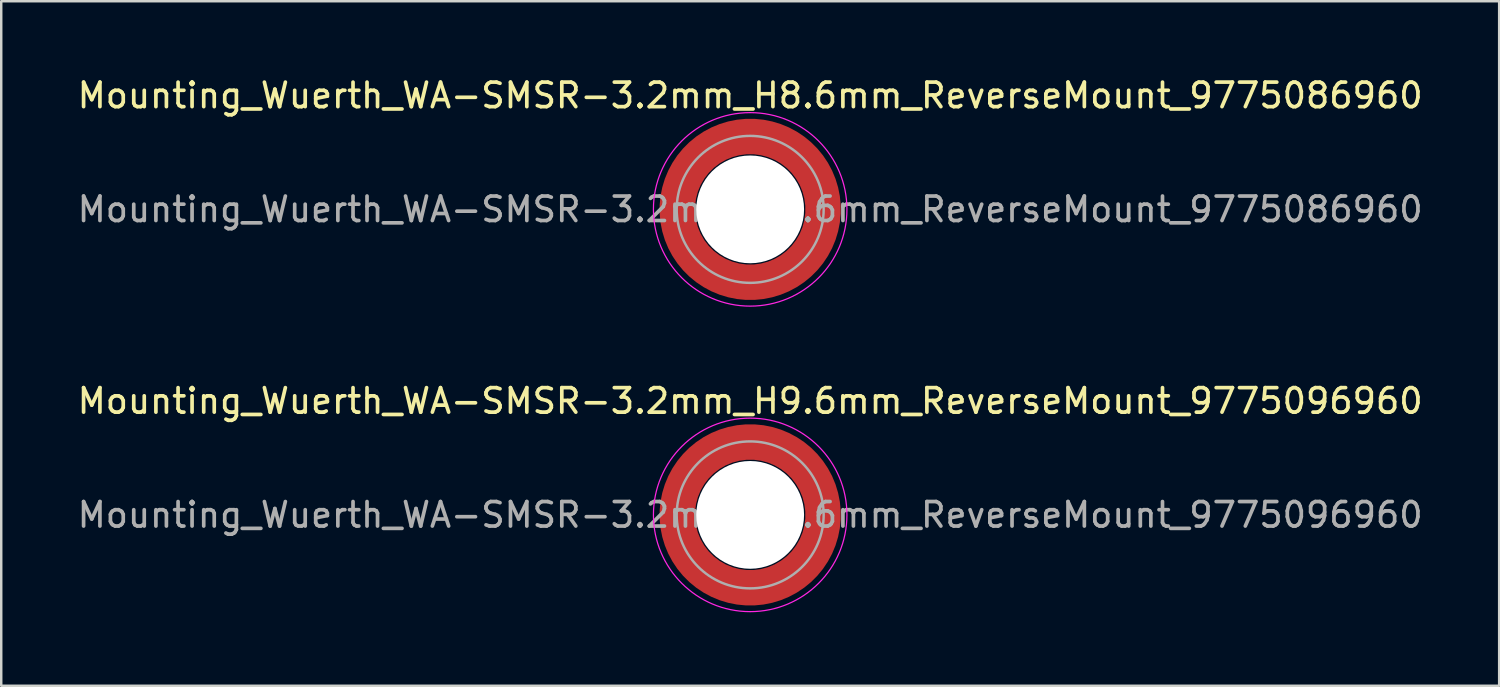
<source format=kicad_pcb>
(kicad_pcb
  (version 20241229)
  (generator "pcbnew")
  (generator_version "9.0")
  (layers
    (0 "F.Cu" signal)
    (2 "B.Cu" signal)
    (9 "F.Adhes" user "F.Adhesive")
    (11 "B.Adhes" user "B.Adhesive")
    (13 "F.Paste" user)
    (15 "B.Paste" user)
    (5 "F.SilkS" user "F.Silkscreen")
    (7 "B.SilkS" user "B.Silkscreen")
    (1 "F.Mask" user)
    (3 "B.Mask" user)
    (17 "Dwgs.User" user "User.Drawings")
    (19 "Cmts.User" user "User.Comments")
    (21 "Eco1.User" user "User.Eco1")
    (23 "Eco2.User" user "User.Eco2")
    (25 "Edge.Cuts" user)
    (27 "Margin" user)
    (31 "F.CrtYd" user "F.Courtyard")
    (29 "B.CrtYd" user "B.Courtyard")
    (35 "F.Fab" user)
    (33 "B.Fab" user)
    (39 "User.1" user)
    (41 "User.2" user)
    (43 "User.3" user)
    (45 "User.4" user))
  (footprint "Mounting_Wuerth_WA-SMSR-3.2mm_H9.6mm_ReverseMount_9775096960"
    (layer "F.Cu")
    (at 27.577 17.971)
    (property "Reference" "Mounting_Wuerth_WA-SMSR-3.2mm_H9.6mm_ReverseMount_9775096960" (at 0 -4.65 0) (layer "F.SilkS") (effects (font (size 1 1) (thickness 0.15))))
    (attr smd)
    (fp_circle (center 0 0) (end 3.95 0) (stroke (width 0.05) (type solid)) (fill no) (layer "F.CrtYd"))
    (fp_circle (center 0 0) (end 3 0) (stroke (width 0.1) (type solid)) (fill no) (layer "F.Fab"))
    (fp_text user "${REFERENCE}" (at 0 0 0) (layer "F.Fab") (effects (font (size 1 1) (thickness 0.15))))
    (pad "" smd custom (at -2.095 -2.095) (size 0.945 0.945) (layers "F.Paste") (options (anchor circle)) (primitives (gr_arc (start -0.24231 1.594804) (mid 0.404104 0.405534) (end 1.592827 -0.241886) (width 0.2)) (gr_arc (start -0.3398 1.594804) (mid 0.335987 0.338711) (end 1.591031 -0.339022) (width 0.2)) (gr_arc (start -0.437132 1.594804) (mid 0.268952 0.270807) (end 1.592231 -0.436623) (width 0.2)) (gr_arc (start -0.534324 1.594804) (mid 0.201345 0.203474) (end 1.591846 -0.53376) (width 0.2)) (gr_arc (start -0.631391 1.594804) (mid 0.134696 0.135183) (end 1.594126 -0.631267) (width 0.2)) (gr_arc (start -0.728345 1.594804) (mid 0.067234 0.067705) (end 1.594149 -0.728229) (width 0.2)) (gr_arc (start -0.825197 1.594804) (mid -0.001218 0.001219) (end 1.591408 -0.824614) (width 0.2)) (gr_arc (start -0.921958 1.594804) (mid -0.068952 -0.065985) (end 1.590665 -0.921269) (width 0.2)) (gr_arc (start -1.018637 1.594804) (mid -0.135972 -0.133907) (end 1.59192 -1.018172) (width 0.2)) (gr_arc (start -1.115239 1.594804) (mid -0.20428 -0.200537) (end 1.589574 -1.11442) (width 0.2)) (gr_arc (start -1.211773 1.594804) (mid -0.26993 -0.269828) (end 1.594662 -1.211751) (width 0.2)) (gr_arc (start -1.308244 1.594804) (mid -0.33911 -0.335587) (end 1.589875 -1.307516) (width 0.2)) (gr_arc (start -1.404657 1.594804) (mid -0.405633 -0.404004) (end 1.592524 -1.404331) (width 0.2)) (gr_arc (start -1.404657 1.594804) (mid -0.405633 -0.404004) (end 1.592524 -1.404331) (width 0.2)) (gr_line (start 1.595 -0.242) (end 1.595 -1.405) (width 0.2)) (gr_line (start -0.242 1.595) (end -1.405 1.595) (width 0.2))))
    (pad "" smd custom (at -2.095 2.095) (size 0.945 0.945) (layers "F.Paste") (options (anchor circle)) (primitives (gr_arc (start 1.594804 0.24231) (mid 0.405534 -0.404104) (end -0.241886 -1.592827) (width 0.2)) (gr_arc (start 1.594804 0.3398) (mid 0.338711 -0.335987) (end -0.339022 -1.591031) (width 0.2)) (gr_arc (start 1.594804 0.437132) (mid 0.270807 -0.268952) (end -0.436623 -1.592231) (width 0.2)) (gr_arc (start 1.594804 0.534324) (mid 0.203474 -0.201345) (end -0.53376 -1.591846) (width 0.2)) (gr_arc (start 1.594804 0.631391) (mid 0.135183 -0.134696) (end -0.631267 -1.594126) (width 0.2)) (gr_arc (start 1.594804 0.728345) (mid 0.067705 -0.067234) (end -0.728229 -1.594149) (width 0.2)) (gr_arc (start 1.594804 0.825197) (mid 0.001219 0.001218) (end -0.824614 -1.591408) (width 0.2)) (gr_arc (start 1.594804 0.921958) (mid -0.065985 0.068952) (end -0.921269 -1.590665) (width 0.2)) (gr_arc (start 1.594804 1.018637) (mid -0.133907 0.135972) (end -1.018172 -1.59192) (width 0.2)) (gr_arc (start 1.594804 1.115239) (mid -0.200537 0.20428) (end -1.11442 -1.589574) (width 0.2)) (gr_arc (start 1.594804 1.211773) (mid -0.269828 0.26993) (end -1.211751 -1.594662) (width 0.2)) (gr_arc (start 1.594804 1.308244) (mid -0.335587 0.33911) (end -1.307516 -1.589875) (width 0.2)) (gr_arc (start 1.594804 1.404657) (mid -0.404004 0.405633) (end -1.404331 -1.592524) (width 0.2)) (gr_arc (start 1.594804 1.404657) (mid -0.404004 0.405633) (end -1.404331 -1.592524) (width 0.2)) (gr_line (start -0.242 -1.595) (end -1.405 -1.595) (width 0.2)) (gr_line (start 1.595 0.242) (end 1.595 1.405) (width 0.2))))
    (pad "" np_thru_hole circle (at 0 0) (size 4.4 4.4) (drill 4.4) (layers "*.Cu" "*.Mask"))
    (pad "" smd custom (at 2.095 -2.095) (size 0.945 0.945) (layers "F.Paste") (options (anchor circle)) (primitives (gr_arc (start -1.594804 -0.24231) (mid -0.405534 0.404104) (end 0.241886 1.592827) (width 0.2)) (gr_arc (start -1.594804 -0.3398) (mid -0.338711 0.335987) (end 0.339022 1.591031) (width 0.2)) (gr_arc (start -1.594804 -0.437132) (mid -0.270807 0.268952) (end 0.436623 1.592231) (width 0.2)) (gr_arc (start -1.594804 -0.534324) (mid -0.203474 0.201345) (end 0.53376 1.591846) (width 0.2)) (gr_arc (start -1.594804 -0.631391) (mid -0.135183 0.134696) (end 0.631267 1.594126) (width 0.2)) (gr_arc (start -1.594804 -0.728345) (mid -0.067705 0.067234) (end 0.728229 1.594149) (width 0.2)) (gr_arc (start -1.594804 -0.825197) (mid -0.001219 -0.001218) (end 0.824614 1.591408) (width 0.2)) (gr_arc (start -1.594804 -0.921958) (mid 0.065985 -0.068952) (end 0.921269 1.590665) (width 0.2)) (gr_arc (start -1.594804 -1.018637) (mid 0.133907 -0.135972) (end 1.018172 1.59192) (width 0.2)) (gr_arc (start -1.594804 -1.115239) (mid 0.200537 -0.20428) (end 1.11442 1.589574) (width 0.2)) (gr_arc (start -1.594804 -1.211773) (mid 0.269828 -0.26993) (end 1.211751 1.594662) (width 0.2)) (gr_arc (start -1.594804 -1.308244) (mid 0.335587 -0.33911) (end 1.307516 1.589875) (width 0.2)) (gr_arc (start -1.594804 -1.404657) (mid 0.404004 -0.405633) (end 1.404331 1.592524) (width 0.2)) (gr_arc (start -1.594804 -1.404657) (mid 0.404004 -0.405633) (end 1.404331 1.592524) (width 0.2)) (gr_line (start 0.242 1.595) (end 1.405 1.595) (width 0.2)) (gr_line (start -1.595 -0.242) (end -1.595 -1.405) (width 0.2))))
    (pad "" smd custom (at 2.095 2.095) (size 0.945 0.945) (layers "F.Paste") (options (anchor circle)) (primitives (gr_arc (start 0.24231 -1.594804) (mid -0.404104 -0.405534) (end -1.592827 0.241886) (width 0.2)) (gr_arc (start 0.3398 -1.594804) (mid -0.335987 -0.338711) (end -1.591031 0.339022) (width 0.2)) (gr_arc (start 0.437132 -1.594804) (mid -0.268952 -0.270807) (end -1.592231 0.436623) (width 0.2)) (gr_arc (start 0.534324 -1.594804) (mid -0.201345 -0.203474) (end -1.591846 0.53376) (width 0.2)) (gr_arc (start 0.631391 -1.594804) (mid -0.134696 -0.135183) (end -1.594126 0.631267) (width 0.2)) (gr_arc (start 0.728345 -1.594804) (mid -0.067234 -0.067705) (end -1.594149 0.728229) (width 0.2)) (gr_arc (start 0.825197 -1.594804) (mid 0.001218 -0.001219) (end -1.591408 0.824614) (width 0.2)) (gr_arc (start 0.921958 -1.594804) (mid 0.068952 0.065985) (end -1.590665 0.921269) (width 0.2)) (gr_arc (start 1.018637 -1.594804) (mid 0.135972 0.133907) (end -1.59192 1.018172) (width 0.2)) (gr_arc (start 1.115239 -1.594804) (mid 0.20428 0.200537) (end -1.589574 1.11442) (width 0.2)) (gr_arc (start 1.211773 -1.594804) (mid 0.26993 0.269828) (end -1.594662 1.211751) (width 0.2)) (gr_arc (start 1.308244 -1.594804) (mid 0.33911 0.335587) (end -1.589875 1.307516) (width 0.2)) (gr_arc (start 1.404657 -1.594804) (mid 0.405633 0.404004) (end -1.592524 1.404331) (width 0.2)) (gr_arc (start 1.404657 -1.594804) (mid 0.405633 0.404004) (end -1.592524 1.404331) (width 0.2)) (gr_line (start -1.595 0.242) (end -1.595 1.405) (width 0.2)) (gr_line (start 0.242 -1.595) (end 1.405 -1.595) (width 0.2))))
    (pad "1" smd circle (at -2.975 0) (size 1.05 1.05) (layers "F.Cu"))
    (pad "1" smd circle (at 0 -2.975) (size 1.05 1.05) (layers "F.Cu"))
    (pad "1" smd circle (at 0 2.975) (size 1.05 1.05) (layers "F.Cu"))
    (pad "1" smd custom (at 2.975 0) (size 1.05 1.05) (layers "F.Cu" "F.Mask") (options (anchor circle)) (primitives (gr_circle (center -2.975 0) (end 0 0) (width 1.45) (fill no)))))
  (footprint "Mounting_Wuerth_WA-SMSR-3.2mm_H8.6mm_ReverseMount_9775086960"
    (layer "F.Cu")
    (at 27.577 5.498)
    (property "Reference" "Mounting_Wuerth_WA-SMSR-3.2mm_H8.6mm_ReverseMount_9775086960" (at 0 -4.65 0) (layer "F.SilkS") (effects (font (size 1 1) (thickness 0.15))))
    (attr smd)
    (fp_circle (center 0 0) (end 3.95 0) (stroke (width 0.05) (type solid)) (fill no) (layer "F.CrtYd"))
    (fp_circle (center 0 0) (end 3 0) (stroke (width 0.1) (type solid)) (fill no) (layer "F.Fab"))
    (fp_text user "${REFERENCE}" (at 0 0 0) (layer "F.Fab") (effects (font (size 1 1) (thickness 0.15))))
    (pad "" smd custom (at -2.095 -2.095) (size 0.945 0.945) (layers "F.Paste") (options (anchor circle)) (primitives (gr_arc (start -0.24231 1.594804) (mid 0.404104 0.405534) (end 1.592827 -0.241886) (width 0.2)) (gr_arc (start -0.3398 1.594804) (mid 0.335987 0.338711) (end 1.591031 -0.339022) (width 0.2)) (gr_arc (start -0.437132 1.594804) (mid 0.268952 0.270807) (end 1.592231 -0.436623) (width 0.2)) (gr_arc (start -0.534324 1.594804) (mid 0.201345 0.203474) (end 1.591846 -0.53376) (width 0.2)) (gr_arc (start -0.631391 1.594804) (mid 0.134696 0.135183) (end 1.594126 -0.631267) (width 0.2)) (gr_arc (start -0.728345 1.594804) (mid 0.067234 0.067705) (end 1.594149 -0.728229) (width 0.2)) (gr_arc (start -0.825197 1.594804) (mid -0.001218 0.001219) (end 1.591408 -0.824614) (width 0.2)) (gr_arc (start -0.921958 1.594804) (mid -0.068952 -0.065985) (end 1.590665 -0.921269) (width 0.2)) (gr_arc (start -1.018637 1.594804) (mid -0.135972 -0.133907) (end 1.59192 -1.018172) (width 0.2)) (gr_arc (start -1.115239 1.594804) (mid -0.20428 -0.200537) (end 1.589574 -1.11442) (width 0.2)) (gr_arc (start -1.211773 1.594804) (mid -0.26993 -0.269828) (end 1.594662 -1.211751) (width 0.2)) (gr_arc (start -1.308244 1.594804) (mid -0.33911 -0.335587) (end 1.589875 -1.307516) (width 0.2)) (gr_arc (start -1.404657 1.594804) (mid -0.405633 -0.404004) (end 1.592524 -1.404331) (width 0.2)) (gr_arc (start -1.404657 1.594804) (mid -0.405633 -0.404004) (end 1.592524 -1.404331) (width 0.2)) (gr_line (start 1.595 -0.242) (end 1.595 -1.405) (width 0.2)) (gr_line (start -0.242 1.595) (end -1.405 1.595) (width 0.2))))
    (pad "" smd custom (at -2.095 2.095) (size 0.945 0.945) (layers "F.Paste") (options (anchor circle)) (primitives (gr_arc (start 1.594804 0.24231) (mid 0.405534 -0.404104) (end -0.241886 -1.592827) (width 0.2)) (gr_arc (start 1.594804 0.3398) (mid 0.338711 -0.335987) (end -0.339022 -1.591031) (width 0.2)) (gr_arc (start 1.594804 0.437132) (mid 0.270807 -0.268952) (end -0.436623 -1.592231) (width 0.2)) (gr_arc (start 1.594804 0.534324) (mid 0.203474 -0.201345) (end -0.53376 -1.591846) (width 0.2)) (gr_arc (start 1.594804 0.631391) (mid 0.135183 -0.134696) (end -0.631267 -1.594126) (width 0.2)) (gr_arc (start 1.594804 0.728345) (mid 0.067705 -0.067234) (end -0.728229 -1.594149) (width 0.2)) (gr_arc (start 1.594804 0.825197) (mid 0.001219 0.001218) (end -0.824614 -1.591408) (width 0.2)) (gr_arc (start 1.594804 0.921958) (mid -0.065985 0.068952) (end -0.921269 -1.590665) (width 0.2)) (gr_arc (start 1.594804 1.018637) (mid -0.133907 0.135972) (end -1.018172 -1.59192) (width 0.2)) (gr_arc (start 1.594804 1.115239) (mid -0.200537 0.20428) (end -1.11442 -1.589574) (width 0.2)) (gr_arc (start 1.594804 1.211773) (mid -0.269828 0.26993) (end -1.211751 -1.594662) (width 0.2)) (gr_arc (start 1.594804 1.308244) (mid -0.335587 0.33911) (end -1.307516 -1.589875) (width 0.2)) (gr_arc (start 1.594804 1.404657) (mid -0.404004 0.405633) (end -1.404331 -1.592524) (width 0.2)) (gr_arc (start 1.594804 1.404657) (mid -0.404004 0.405633) (end -1.404331 -1.592524) (width 0.2)) (gr_line (start -0.242 -1.595) (end -1.405 -1.595) (width 0.2)) (gr_line (start 1.595 0.242) (end 1.595 1.405) (width 0.2))))
    (pad "" np_thru_hole circle (at 0 0) (size 4.4 4.4) (drill 4.4) (layers "*.Cu" "*.Mask"))
    (pad "" smd custom (at 2.095 -2.095) (size 0.945 0.945) (layers "F.Paste") (options (anchor circle)) (primitives (gr_arc (start -1.594804 -0.24231) (mid -0.405534 0.404104) (end 0.241886 1.592827) (width 0.2)) (gr_arc (start -1.594804 -0.3398) (mid -0.338711 0.335987) (end 0.339022 1.591031) (width 0.2)) (gr_arc (start -1.594804 -0.437132) (mid -0.270807 0.268952) (end 0.436623 1.592231) (width 0.2)) (gr_arc (start -1.594804 -0.534324) (mid -0.203474 0.201345) (end 0.53376 1.591846) (width 0.2)) (gr_arc (start -1.594804 -0.631391) (mid -0.135183 0.134696) (end 0.631267 1.594126) (width 0.2)) (gr_arc (start -1.594804 -0.728345) (mid -0.067705 0.067234) (end 0.728229 1.594149) (width 0.2)) (gr_arc (start -1.594804 -0.825197) (mid -0.001219 -0.001218) (end 0.824614 1.591408) (width 0.2)) (gr_arc (start -1.594804 -0.921958) (mid 0.065985 -0.068952) (end 0.921269 1.590665) (width 0.2)) (gr_arc (start -1.594804 -1.018637) (mid 0.133907 -0.135972) (end 1.018172 1.59192) (width 0.2)) (gr_arc (start -1.594804 -1.115239) (mid 0.200537 -0.20428) (end 1.11442 1.589574) (width 0.2)) (gr_arc (start -1.594804 -1.211773) (mid 0.269828 -0.26993) (end 1.211751 1.594662) (width 0.2)) (gr_arc (start -1.594804 -1.308244) (mid 0.335587 -0.33911) (end 1.307516 1.589875) (width 0.2)) (gr_arc (start -1.594804 -1.404657) (mid 0.404004 -0.405633) (end 1.404331 1.592524) (width 0.2)) (gr_arc (start -1.594804 -1.404657) (mid 0.404004 -0.405633) (end 1.404331 1.592524) (width 0.2)) (gr_line (start 0.242 1.595) (end 1.405 1.595) (width 0.2)) (gr_line (start -1.595 -0.242) (end -1.595 -1.405) (width 0.2))))
    (pad "" smd custom (at 2.095 2.095) (size 0.945 0.945) (layers "F.Paste") (options (anchor circle)) (primitives (gr_arc (start 0.24231 -1.594804) (mid -0.404104 -0.405534) (end -1.592827 0.241886) (width 0.2)) (gr_arc (start 0.3398 -1.594804) (mid -0.335987 -0.338711) (end -1.591031 0.339022) (width 0.2)) (gr_arc (start 0.437132 -1.594804) (mid -0.268952 -0.270807) (end -1.592231 0.436623) (width 0.2)) (gr_arc (start 0.534324 -1.594804) (mid -0.201345 -0.203474) (end -1.591846 0.53376) (width 0.2)) (gr_arc (start 0.631391 -1.594804) (mid -0.134696 -0.135183) (end -1.594126 0.631267) (width 0.2)) (gr_arc (start 0.728345 -1.594804) (mid -0.067234 -0.067705) (end -1.594149 0.728229) (width 0.2)) (gr_arc (start 0.825197 -1.594804) (mid 0.001218 -0.001219) (end -1.591408 0.824614) (width 0.2)) (gr_arc (start 0.921958 -1.594804) (mid 0.068952 0.065985) (end -1.590665 0.921269) (width 0.2)) (gr_arc (start 1.018637 -1.594804) (mid 0.135972 0.133907) (end -1.59192 1.018172) (width 0.2)) (gr_arc (start 1.115239 -1.594804) (mid 0.20428 0.200537) (end -1.589574 1.11442) (width 0.2)) (gr_arc (start 1.211773 -1.594804) (mid 0.26993 0.269828) (end -1.594662 1.211751) (width 0.2)) (gr_arc (start 1.308244 -1.594804) (mid 0.33911 0.335587) (end -1.589875 1.307516) (width 0.2)) (gr_arc (start 1.404657 -1.594804) (mid 0.405633 0.404004) (end -1.592524 1.404331) (width 0.2)) (gr_arc (start 1.404657 -1.594804) (mid 0.405633 0.404004) (end -1.592524 1.404331) (width 0.2)) (gr_line (start -1.595 0.242) (end -1.595 1.405) (width 0.2)) (gr_line (start 0.242 -1.595) (end 1.405 -1.595) (width 0.2))))
    (pad "1" smd circle (at -2.975 0) (size 1.05 1.05) (layers "F.Cu"))
    (pad "1" smd circle (at 0 -2.975) (size 1.05 1.05) (layers "F.Cu"))
    (pad "1" smd circle (at 0 2.975) (size 1.05 1.05) (layers "F.Cu"))
    (pad "1" smd custom (at 2.975 0) (size 1.05 1.05) (layers "F.Cu" "F.Mask") (options (anchor circle)) (primitives (gr_circle (center -2.975 0) (end 0 0) (width 1.45) (fill no)))))
  (gr_rect
    (start -3 -3)
    (end 58.155 24.947)
    (stroke (width 0.1) (type default))
    (fill no)
    (layer "Edge.Cuts")))
</source>
